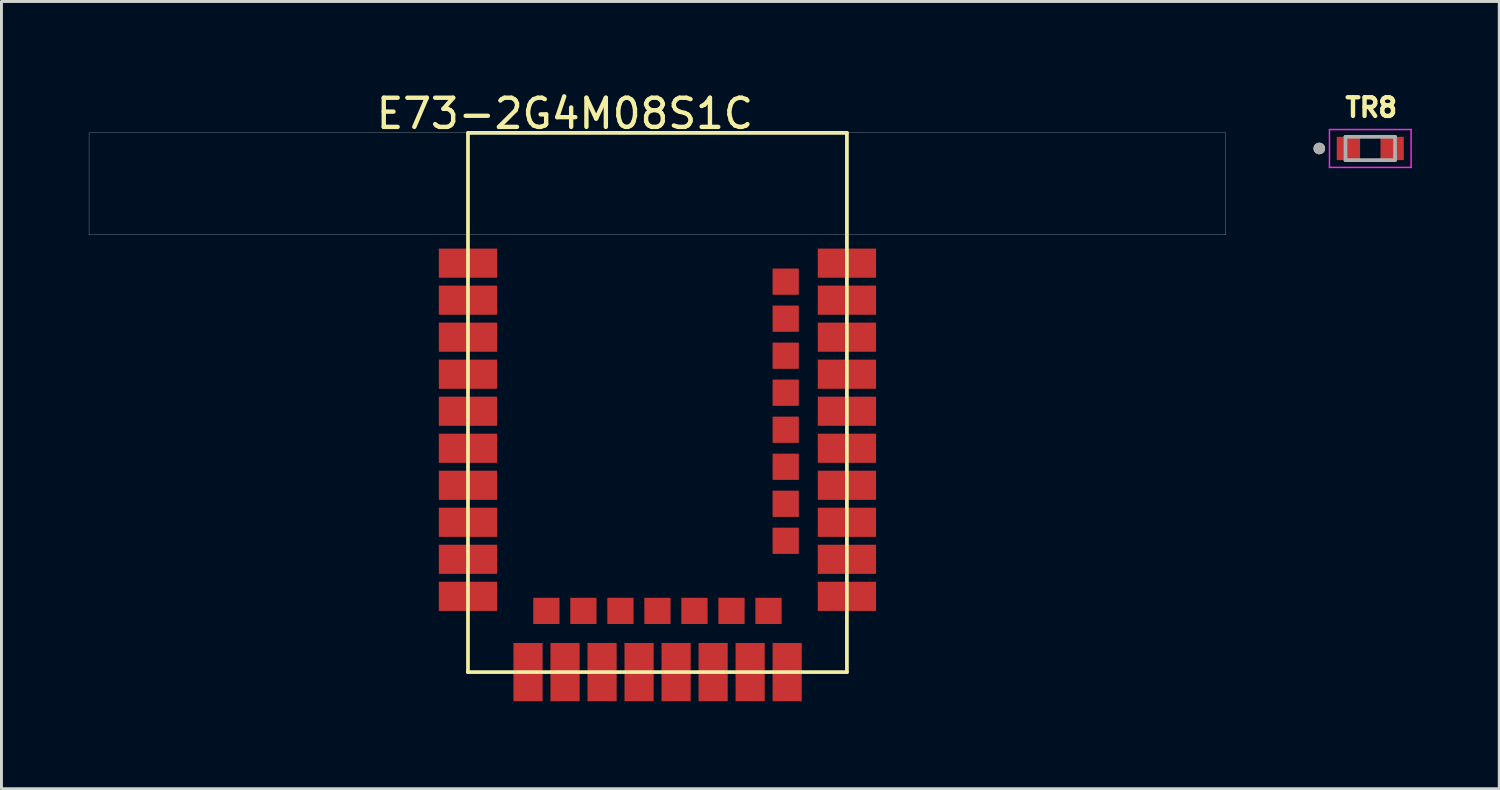
<source format=kicad_pcb>
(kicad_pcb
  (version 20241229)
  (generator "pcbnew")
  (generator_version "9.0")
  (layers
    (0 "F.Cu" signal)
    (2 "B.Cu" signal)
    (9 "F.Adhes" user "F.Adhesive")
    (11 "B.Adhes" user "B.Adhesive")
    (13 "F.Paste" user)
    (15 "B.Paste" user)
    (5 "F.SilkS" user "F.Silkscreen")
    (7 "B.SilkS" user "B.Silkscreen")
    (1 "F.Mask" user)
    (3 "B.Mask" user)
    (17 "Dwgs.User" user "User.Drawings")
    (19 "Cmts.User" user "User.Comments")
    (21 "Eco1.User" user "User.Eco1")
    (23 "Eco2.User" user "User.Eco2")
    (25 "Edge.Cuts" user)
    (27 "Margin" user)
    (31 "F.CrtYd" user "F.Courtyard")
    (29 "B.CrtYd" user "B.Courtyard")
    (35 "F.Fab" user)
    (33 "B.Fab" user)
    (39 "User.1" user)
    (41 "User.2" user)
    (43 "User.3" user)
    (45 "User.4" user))
  (footprint "TR8"
    (layer "F.Cu")
    (at 43.96 2.044)
    (property "Reference" "TR8" (at 0.032 -1.406 0) (layer "F.SilkS") (effects (font (size 0.64 0.64) (thickness 0.15))))
    (attr through_hole)
    (fp_circle (center -1.75 0) (end -1.65 0) (stroke (width 0.2) (type solid)) (fill no) (layer "F.SilkS"))
    (fp_line (start -1.4 -0.65) (end -1.4 0.65) (stroke (width 0.05) (type solid)) (layer "F.CrtYd"))
    (fp_line (start -1.4 0.65) (end 1.4 0.65) (stroke (width 0.05) (type solid)) (layer "F.CrtYd"))
    (fp_line (start 1.4 -0.65) (end -1.4 -0.65) (stroke (width 0.05) (type solid)) (layer "F.CrtYd"))
    (fp_line (start 1.4 0.65) (end 1.4 -0.65) (stroke (width 0.05) (type solid)) (layer "F.CrtYd"))
    (fp_line (start -0.85 -0.4) (end -0.85 0.4) (stroke (width 0.127) (type solid)) (layer "F.Fab"))
    (fp_line (start -0.85 0.4) (end 0.85 0.4) (stroke (width 0.127) (type solid)) (layer "F.Fab"))
    (fp_line (start 0.85 -0.4) (end -0.85 -0.4) (stroke (width 0.127) (type solid)) (layer "F.Fab"))
    (fp_line (start 0.85 0.4) (end 0.85 -0.4) (stroke (width 0.127) (type solid)) (layer "F.Fab"))
    (fp_circle (center -1.75 0) (end -1.65 0) (stroke (width 0.2) (type solid)) (fill no) (layer "F.Fab"))
    (pad "1" smd rect (at -0.75 0) (size 0.8 0.8) (layers "F.Cu" "F.Mask" "F.Paste"))
    (pad "2" smd rect (at 0.75 0) (size 0.8 0.8) (layers "F.Cu" "F.Mask" "F.Paste")))
  (footprint "E73-2G4M08S1C"
    (layer "F.Cu")
    (at 19.505 11.008)
    (property "Reference" "E73-2G4M08S1C" (at -3.175 -10.16 0) (layer "F.SilkS") (effects (font (size 1 1) (thickness 0.15))))
    (attr through_hole)
    (fp_line (start -6.5 -9.5) (end -6.5 9) (stroke (width 0.127) (type solid)) (layer "F.SilkS"))
    (fp_line (start -6.5 9) (end 6.5 9) (stroke (width 0.127) (type solid)) (layer "F.SilkS"))
    (fp_line (start 6.5 -9.5) (end -6.5 -9.5) (stroke (width 0.127) (type solid)) (layer "F.SilkS"))
    (fp_line (start 6.5 9) (end 6.5 -9.5) (stroke (width 0.127) (type solid)) (layer "F.SilkS"))
    (fp_poly (pts (xy -19.5 -9.5) (xy 19.5 -9.5) (xy 19.5 -6) (xy -19.5 -6)) (stroke (width 0.01) (type solid)) (fill no) (layer "Dwgs.User"))
    (pad "1" smd rect (at -6.5 -5.03) (size 2 1) (layers "F.Cu" "F.Mask" "F.Paste"))
    (pad "2" smd rect (at -6.5 -3.76) (size 2 1) (layers "F.Cu" "F.Mask" "F.Paste"))
    (pad "3" smd rect (at -6.5 -2.49) (size 2 1) (layers "F.Cu" "F.Mask" "F.Paste"))
    (pad "4" smd rect (at -6.5 -1.22) (size 2 1) (layers "F.Cu" "F.Mask" "F.Paste"))
    (pad "5" smd rect (at -6.5 0.05) (size 2 1) (layers "F.Cu" "F.Mask" "F.Paste"))
    (pad "6" smd rect (at -6.5 1.32) (size 2 1) (layers "F.Cu" "F.Mask" "F.Paste"))
    (pad "7" smd rect (at -6.5 2.59) (size 2 1) (layers "F.Cu" "F.Mask" "F.Paste"))
    (pad "8" smd rect (at -6.5 3.86) (size 2 1) (layers "F.Cu" "F.Mask" "F.Paste"))
    (pad "9" smd rect (at -6.5 5.13) (size 2 1) (layers "F.Cu" "F.Mask" "F.Paste"))
    (pad "10" smd rect (at -6.5 6.4) (size 2 1) (layers "F.Cu" "F.Mask" "F.Paste"))
    (pad "11" smd rect (at -4.44 9) (size 1 2) (layers "F.Cu" "F.Mask" "F.Paste"))
    (pad "12" smd rect (at -3.81 6.9) (size 0.9 0.9) (layers "F.Cu" "F.Mask" "F.Paste"))
    (pad "13" smd rect (at -3.17 9) (size 1 2) (layers "F.Cu" "F.Mask" "F.Paste"))
    (pad "14" smd rect (at -2.54 6.9) (size 0.9 0.9) (layers "F.Cu" "F.Mask" "F.Paste"))
    (pad "15" smd rect (at -1.9 9) (size 1 2) (layers "F.Cu" "F.Mask" "F.Paste"))
    (pad "16" smd rect (at -1.27 6.9) (size 0.9 0.9) (layers "F.Cu" "F.Mask" "F.Paste"))
    (pad "17" smd rect (at -0.63 9) (size 1 2) (layers "F.Cu" "F.Mask" "F.Paste"))
    (pad "18" smd rect (at 0 6.9) (size 0.9 0.9) (layers "F.Cu" "F.Mask" "F.Paste"))
    (pad "19" smd rect (at 0.64 9) (size 1 2) (layers "F.Cu" "F.Mask" "F.Paste"))
    (pad "20" smd rect (at 1.27 6.9) (size 0.9 0.9) (layers "F.Cu" "F.Mask" "F.Paste"))
    (pad "21" smd rect (at 1.91 9) (size 1 2) (layers "F.Cu" "F.Mask" "F.Paste"))
    (pad "22" smd rect (at 2.54 6.9) (size 0.9 0.9) (layers "F.Cu" "F.Mask" "F.Paste"))
    (pad "23" smd rect (at 3.18 9) (size 1 2) (layers "F.Cu" "F.Mask" "F.Paste"))
    (pad "24" smd rect (at 3.81 6.9) (size 0.9 0.9) (layers "F.Cu" "F.Mask" "F.Paste"))
    (pad "25" smd rect (at 4.45 9) (size 1 2) (layers "F.Cu" "F.Mask" "F.Paste"))
    (pad "26" smd rect (at 6.5 6.4) (size 2 1) (layers "F.Cu" "F.Mask" "F.Paste"))
    (pad "27" smd rect (at 6.5 5.13) (size 2 1) (layers "F.Cu" "F.Mask" "F.Paste"))
    (pad "28" smd rect (at 4.4 4.495) (size 0.9 0.9) (layers "F.Cu" "F.Mask" "F.Paste"))
    (pad "29" smd rect (at 6.5 3.86) (size 2 1) (layers "F.Cu" "F.Mask" "F.Paste"))
    (pad "30" smd rect (at 4.4 3.225) (size 0.9 0.9) (layers "F.Cu" "F.Mask" "F.Paste"))
    (pad "31" smd rect (at 6.5 2.59) (size 2 1) (layers "F.Cu" "F.Mask" "F.Paste"))
    (pad "32" smd rect (at 4.4 1.955) (size 0.9 0.9) (layers "F.Cu" "F.Mask" "F.Paste"))
    (pad "33" smd rect (at 6.5 1.32) (size 2 1) (layers "F.Cu" "F.Mask" "F.Paste"))
    (pad "34" smd rect (at 4.4 0.685) (size 0.9 0.9) (layers "F.Cu" "F.Mask" "F.Paste"))
    (pad "35" smd rect (at 6.5 0.05) (size 2 1) (layers "F.Cu" "F.Mask" "F.Paste"))
    (pad "36" smd rect (at 4.4 -0.585) (size 0.9 0.9) (layers "F.Cu" "F.Mask" "F.Paste"))
    (pad "37" smd rect (at 6.5 -1.22) (size 2 1) (layers "F.Cu" "F.Mask" "F.Paste"))
    (pad "38" smd rect (at 4.4 -1.855) (size 0.9 0.9) (layers "F.Cu" "F.Mask" "F.Paste"))
    (pad "39" smd rect (at 6.5 -2.49) (size 2 1) (layers "F.Cu" "F.Mask" "F.Paste"))
    (pad "40" smd rect (at 4.4 -3.125) (size 0.9 0.9) (layers "F.Cu" "F.Mask" "F.Paste"))
    (pad "41" smd rect (at 6.5 -3.76) (size 2 1) (layers "F.Cu" "F.Mask" "F.Paste"))
    (pad "42" smd rect (at 4.4 -4.395) (size 0.9 0.9) (layers "F.Cu" "F.Mask" "F.Paste"))
    (pad "43" smd rect (at 6.5 -5.03) (size 2 1) (layers "F.Cu" "F.Mask" "F.Paste")))
  (gr_rect
    (start -3 -3)
    (end 48.385 24.008)
    (stroke (width 0.1) (type default))
    (fill no)
    (layer "Edge.Cuts")))
</source>
